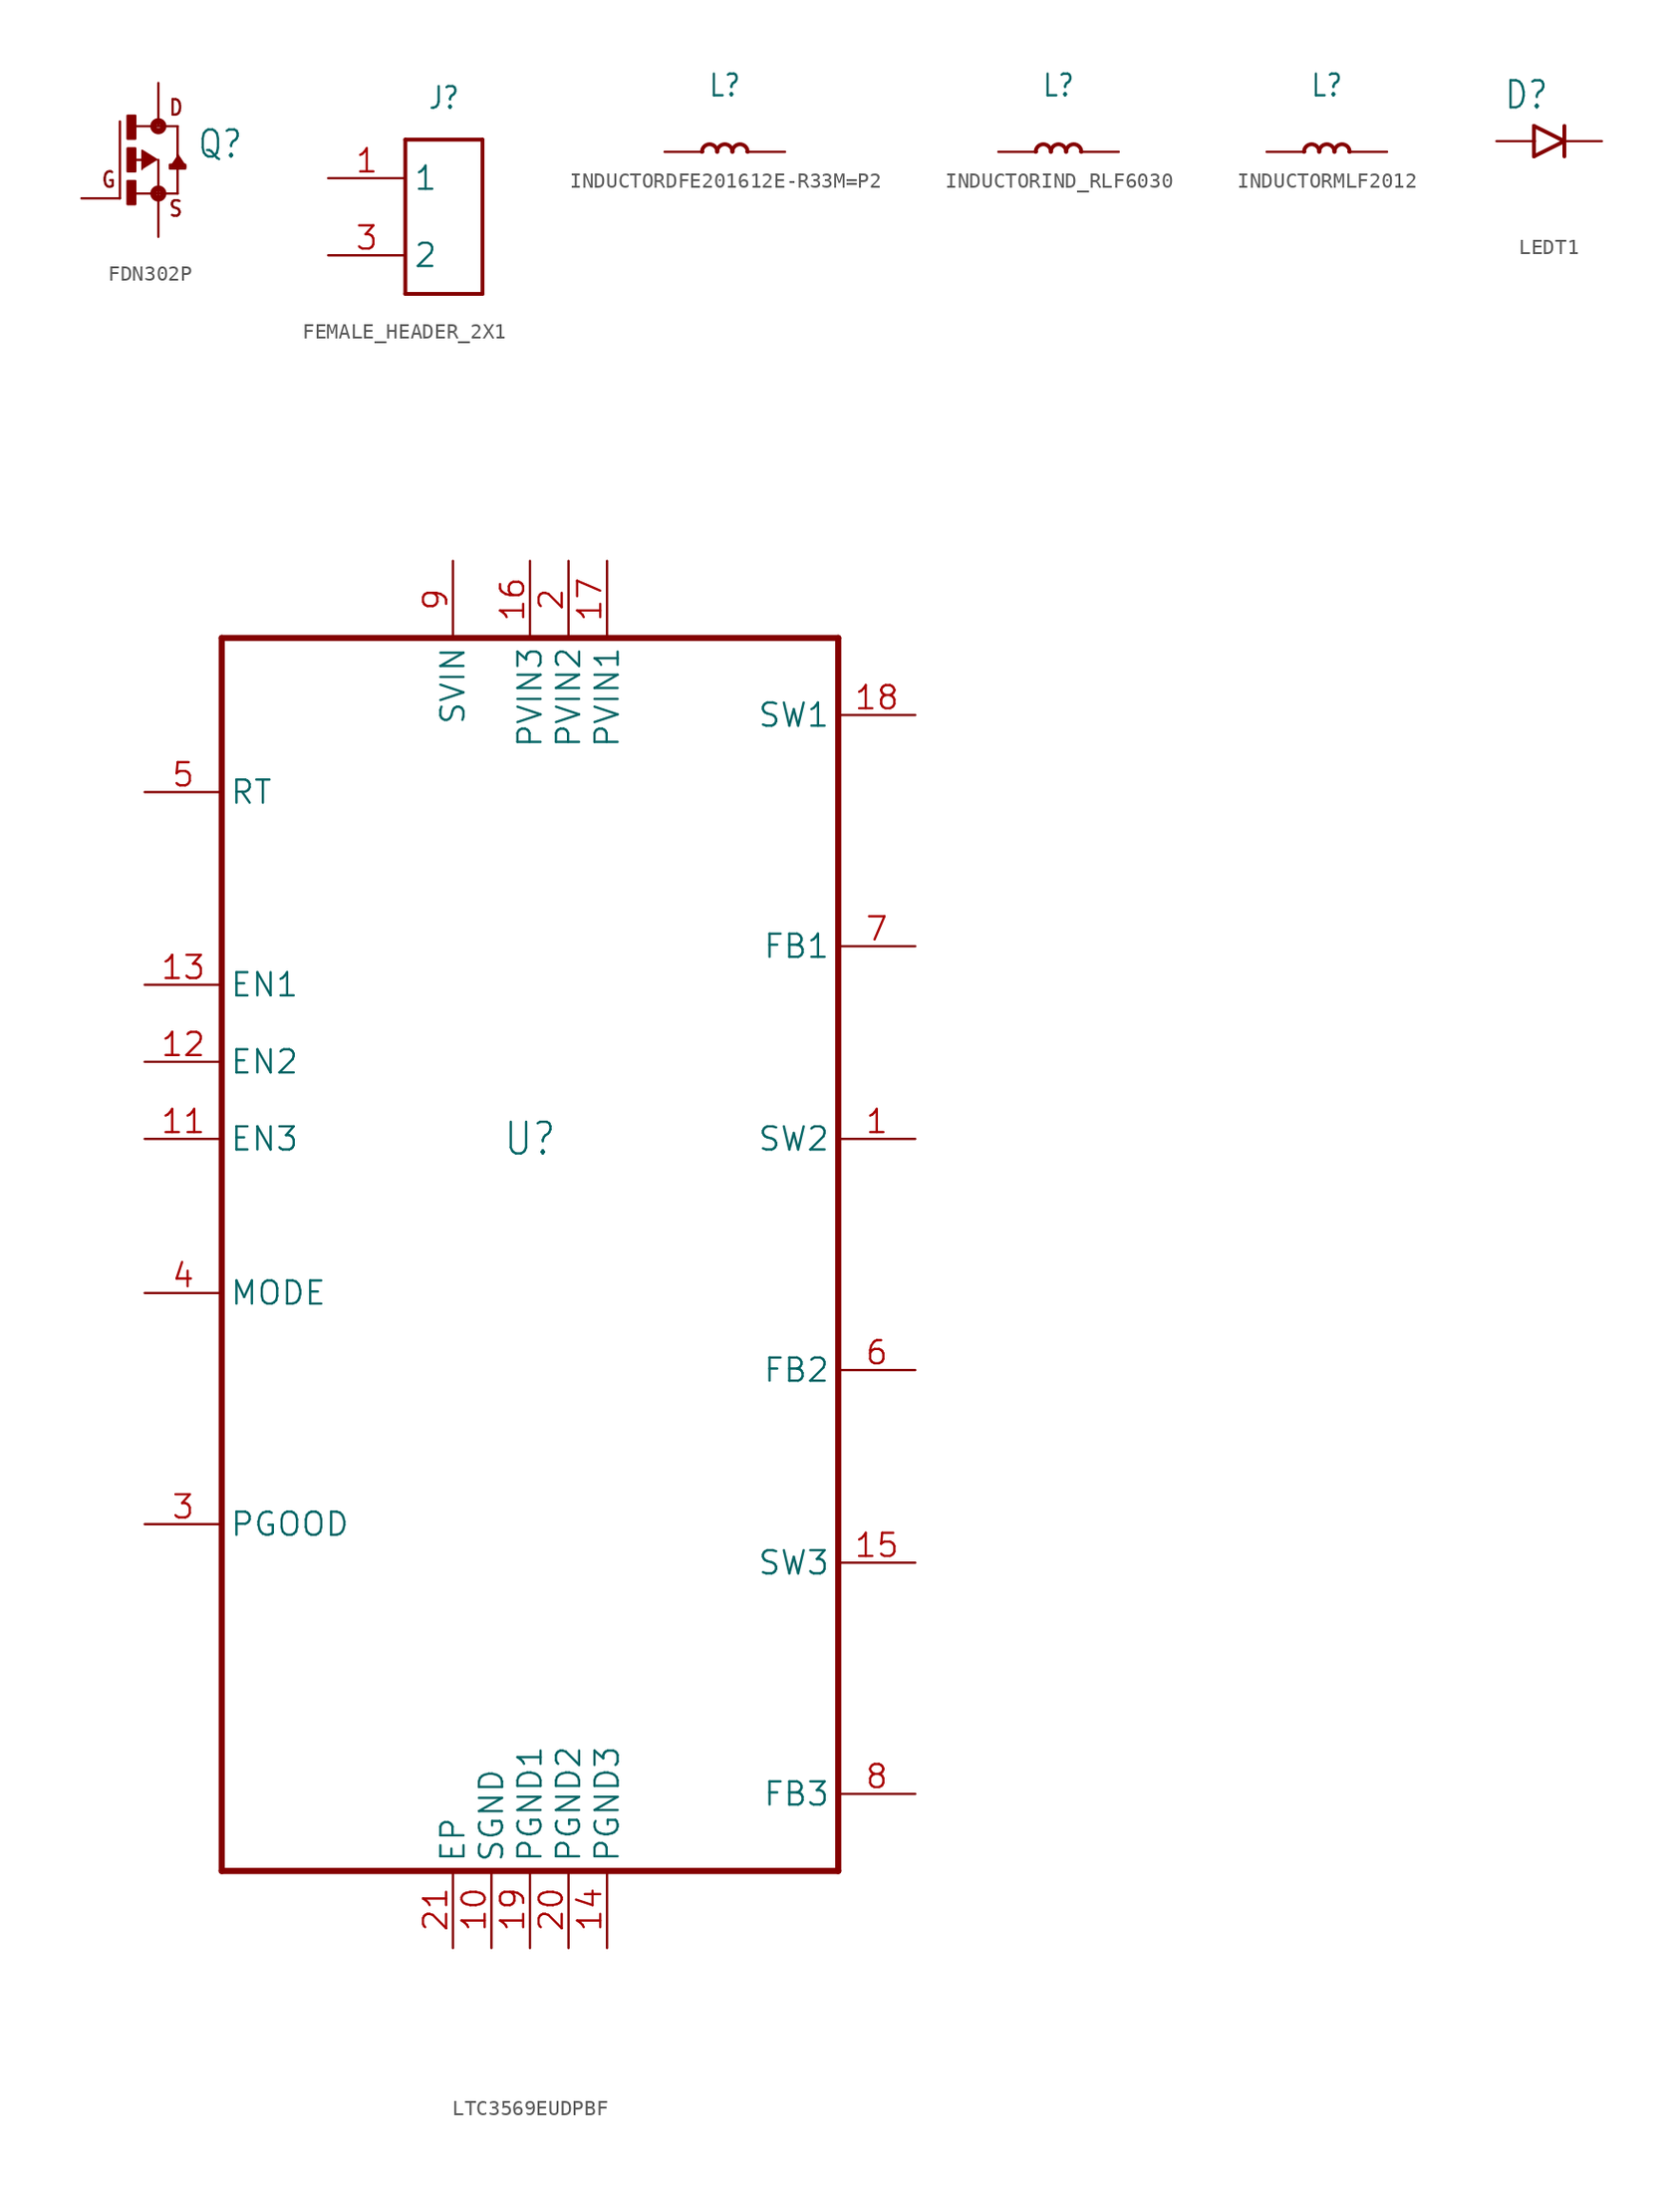
<source format=kicad_sym>
(kicad_symbol_lib
  (version 20241209)
  (generator "kicad_symbol_editor")
  (generator_version "9.0")
  (symbol "FDN302P"
    (property "Reference" "Q"
      (at 2.543 0 0)
      (effects (font (size 1.78 1.513)) (justify left bottom)))
    (property "Value" ""
      (at 2.542 -2.542 0)
      (effects (font (size 1.78 1.513)) (justify left bottom)))
    (property "ki_locked" ""
      (at 0 0 0)
      (effects (font (size 1.27 1.27))))
    (symbol "FDN302P_1_0"
      (polyline (pts (xy -2.54 -2.54) (xy -2.54 2.54)) (stroke (width 0.152) (type solid)) (fill (type none)))
      (rectangle (start -2.036 -2.926) (end -1.524 -1.397) (stroke (width 0) (type default)) (fill (type outline)))
      (rectangle (start -2.034 1.398) (end -1.524 2.921) (stroke (width 0) (type default)) (fill (type outline)))
      (rectangle (start -2.032 -0.762) (end -1.524 0.762) (stroke (width 0) (type default)) (fill (type outline)))
      (polyline (pts (xy -1.905 -2.223) (xy 0 -2.223)) (stroke (width 0.152) (type solid)) (fill (type none)))
      (polyline (pts (xy -1.587 2.223) (xy 0 2.223)) (stroke (width 0.152) (type solid)) (fill (type none)))
      (polyline (pts (xy -1.079 0) (xy -1.905 0)) (stroke (width 0.152) (type solid)) (fill (type none)))
      (polyline (pts (xy -0.064 0) (xy -1.079 0.635) (xy -1.079 -0.635)) (stroke (width 0.102) (type solid)) (fill (type outline)))
      (polyline (pts (xy 0 2.54) (xy 0 2.223)) (stroke (width 0.152) (type solid)) (fill (type none)))
      (circle (center 0 2.223) (radius 0.127) (stroke (width 0.406) (type solid)) (fill (type none)))
      (polyline (pts (xy 0 2.223) (xy 1.27 2.223)) (stroke (width 0.152) (type solid)) (fill (type none)))
      (polyline (pts (xy 0 0) (xy 0 -2.223)) (stroke (width 0.152) (type solid)) (fill (type none)))
      (polyline (pts (xy 0 -2.223) (xy 0 -2.54)) (stroke (width 0.152) (type solid)) (fill (type none)))
      (circle (center 0 -2.223) (radius 0.127) (stroke (width 0.406) (type solid)) (fill (type none)))
      (polyline (pts (xy 1.27 2.223) (xy 1.27 -2.223)) (stroke (width 0.152) (type solid)) (fill (type none)))
      (polyline (pts (xy 1.27 0.318) (xy 1.778 -0.445) (xy 0.762 -0.445)) (stroke (width 0.152) (type solid)) (fill (type outline)))
      (polyline (pts (xy 1.27 -2.223) (xy 0 -2.223)) (stroke (width 0.152) (type solid)) (fill (type none)))
      (rectangle (start 1.778 -0.317) (end 0.763 -0.572) (stroke (width 0) (type default)) (fill (type outline)))
      (text "G" (at -3.814 -1.907 0) (effects (font (size 1.017 0.864)) (justify left bottom)))
      (text "D" (at 0.636 2.861 0) (effects (font (size 1.017 0.865)) (justify left bottom)))
      (text "S" (at 0.636 -3.816 0) (effects (font (size 1.018 0.865)) (justify left bottom)))
      (pin passive line (at -5.08 -2.54 0) (length 2.54) (name "G" (effects (font (size 0 0)))) (number "1" (effects (font (size 0 0)))))
      (pin passive line (at 0 5.08 270) (length 2.54) (name "D" (effects (font (size 0 0)))) (number "3" (effects (font (size 0 0)))))
      (pin passive line (at 0 -5.08 90) (length 2.54) (name "S" (effects (font (size 0 0)))) (number "2" (effects (font (size 0 0)))))))
  (symbol "FEMALE_HEADER_2X1"
    (property "Reference" "J"
      (at 0 7 0)
      (effects (font (size 1.422 1.209)) (justify bottom)))
    (property "ki_locked" ""
      (at 0 0 0)
      (effects (font (size 1.27 1.27))))
    (symbol "FEMALE_HEADER_2X1_1_0"
      (polyline (pts (xy -2.54 5.08) (xy -2.54 -5.08)) (stroke (width 0.254) (type solid)) (fill (type none)))
      (polyline (pts (xy -2.54 -5.08) (xy 2.54 -5.08)) (stroke (width 0.254) (type solid)) (fill (type none)))
      (polyline (pts (xy 2.54 5.08) (xy -2.54 5.08)) (stroke (width 0.254) (type solid)) (fill (type none)))
      (polyline (pts (xy 2.54 -5.08) (xy 2.54 5.08)) (stroke (width 0.254) (type solid)) (fill (type none)))
      (pin bidirectional line (at -7.62 2.54 0) (length 5.08) (name "1" (effects (font (size 1.524 1.524)))) (number "1" (effects (font (size 1.524 1.524)))))
      (pin bidirectional line (at -7.62 -2.54 0) (length 5.08) (name "2" (effects (font (size 1.524 1.524)))) (number "3" (effects (font (size 1.524 1.524)))))))
  (symbol "INDUCTORDFE201612E-R33M=P2"
    (property "Reference" "L"
      (at 0 3.54 0)
      (effects (font (size 1.422 1.209)) (justify bottom)))
    (property "Value" ""
      (at 0 1 0)
      (effects (font (size 1.422 1.209)) (justify bottom)))
    (property "ki_locked" ""
      (at 0 0 0)
      (effects (font (size 1.27 1.27))))
    (symbol "INDUCTORDFE201612E-R33M=P2_1_0"
      (arc (start -1.5 0) (mid -1 0.5) (end -0.5 0) (stroke (width 0.254) (type solid)) (fill (type none)))
      (arc (start -0.5 0) (mid 0 0.5) (end 0.5 0) (stroke (width 0.254) (type solid)) (fill (type none)))
      (arc (start 0.5 0) (mid 1 0.5) (end 1.5 0) (stroke (width 0.254) (type solid)) (fill (type none)))
      (pin bidirectional line (at -3.96 0 0) (length 2.54) (name "P$1" (effects (font (size 0 0)))) (number "1" (effects (font (size 0 0)))))
      (pin bidirectional line (at 3.96 0 180) (length 2.54) (name "P$2" (effects (font (size 0 0)))) (number "2" (effects (font (size 0 0)))))))
  (symbol "INDUCTORIND_RLF6030"
    (property "Reference" "L"
      (at 0 3.54 0)
      (effects (font (size 1.422 1.209)) (justify bottom)))
    (property "Value" ""
      (at 0 1 0)
      (effects (font (size 1.422 1.209)) (justify bottom)))
    (property "ki_locked" ""
      (at 0 0 0)
      (effects (font (size 1.27 1.27))))
    (symbol "INDUCTORIND_RLF6030_1_0"
      (arc (start -1.5 0) (mid -1 0.5) (end -0.5 0) (stroke (width 0.254) (type solid)) (fill (type none)))
      (arc (start -0.5 0) (mid 0 0.5) (end 0.5 0) (stroke (width 0.254) (type solid)) (fill (type none)))
      (arc (start 0.5 0) (mid 1 0.5) (end 1.5 0) (stroke (width 0.254) (type solid)) (fill (type none)))
      (pin bidirectional line (at -3.96 0 0) (length 2.54) (name "P$1" (effects (font (size 0 0)))) (number "1" (effects (font (size 0 0)))))
      (pin bidirectional line (at 3.96 0 180) (length 2.54) (name "P$2" (effects (font (size 0 0)))) (number "2" (effects (font (size 0 0)))))))
  (symbol "INDUCTORMLF2012"
    (property "Reference" "L"
      (at 0 3.54 0)
      (effects (font (size 1.422 1.209)) (justify bottom)))
    (property "Value" ""
      (at 0 1 0)
      (effects (font (size 1.422 1.209)) (justify bottom)))
    (property "ki_locked" ""
      (at 0 0 0)
      (effects (font (size 1.27 1.27))))
    (symbol "INDUCTORMLF2012_1_0"
      (arc (start -1.5 0) (mid -1 0.5) (end -0.5 0) (stroke (width 0.254) (type solid)) (fill (type none)))
      (arc (start -0.5 0) (mid 0 0.5) (end 0.5 0) (stroke (width 0.254) (type solid)) (fill (type none)))
      (arc (start 0.5 0) (mid 1 0.5) (end 1.5 0) (stroke (width 0.254) (type solid)) (fill (type none)))
      (pin bidirectional line (at -3.96 0 0) (length 2.54) (name "P$1" (effects (font (size 0 0)))) (number "1" (effects (font (size 0 0)))))
      (pin bidirectional line (at 3.96 0 180) (length 2.54) (name "P$2" (effects (font (size 0 0)))) (number "2" (effects (font (size 0 0)))))))
  (symbol "LEDT1"
    (property "Reference" "D"
      (at -3 2 0)
      (effects (font (size 1.778 1.511)) (justify left bottom)))
    (property "Value" ""
      (at -3 -5 0)
      (effects (font (size 1.778 1.511)) (justify left bottom)))
    (property "ki_locked" ""
      (at 0 0 0)
      (effects (font (size 1.27 1.27))))
    (symbol "LEDT1_1_0"
      (polyline (pts (xy -1 1) (xy -1 -1)) (stroke (width 0.254) (type solid)) (fill (type none)))
      (polyline (pts (xy -1 -1) (xy 1 0)) (stroke (width 0.254) (type solid)) (fill (type none)))
      (polyline (pts (xy 1 1) (xy 1 0)) (stroke (width 0.254) (type solid)) (fill (type none)))
      (polyline (pts (xy 1 0) (xy -1 1)) (stroke (width 0.254) (type solid)) (fill (type none)))
      (polyline (pts (xy 1 0) (xy 1 -1)) (stroke (width 0.254) (type solid)) (fill (type none)))
      (pin bidirectional line (at -3.46 0 0) (length 2.54) (name "1" (effects (font (size 0 0)))) (number "1" (effects (font (size 0 0)))))
      (pin bidirectional line (at 3.46 0 180) (length 2.54) (name "2" (effects (font (size 0 0)))) (number "2" (effects (font (size 0 0)))))))
  (symbol "LTC3569EUDPBF"
    (property "Reference" "U"
      (at 0 2.54 0)
      (effects (font (size 2.086 1.773))))
    (property "Value" ""
      (at 0 -2.54 0)
      (effects (font (size 2.084 1.772))))
    (property "ki_locked" ""
      (at 0 0 0)
      (effects (font (size 1.27 1.27))))
    (symbol "LTC3569EUDPBF_1_0"
      (polyline (pts (xy -20.32 35.56) (xy -20.32 -45.72)) (stroke (width 0.406) (type solid)) (fill (type none)))
      (polyline (pts (xy -20.32 -45.72) (xy 20.32 -45.72)) (stroke (width 0.406) (type solid)) (fill (type none)))
      (polyline (pts (xy 20.32 35.56) (xy -20.32 35.56)) (stroke (width 0.406) (type solid)) (fill (type none)))
      (polyline (pts (xy 20.32 -45.72) (xy 20.32 35.56)) (stroke (width 0.406) (type solid)) (fill (type none)))
      (pin passive line (at -25.4 25.4 0) (length 5.08) (name "RT" (effects (font (size 1.524 1.524)))) (number "5" (effects (font (size 1.524 1.524)))))
      (pin input line (at -25.4 12.7 0) (length 5.08) (name "EN1" (effects (font (size 1.524 1.524)))) (number "13" (effects (font (size 1.524 1.524)))))
      (pin input line (at -25.4 7.62 0) (length 5.08) (name "EN2" (effects (font (size 1.524 1.524)))) (number "12" (effects (font (size 1.524 1.524)))))
      (pin input line (at -25.4 2.54 0) (length 5.08) (name "EN3" (effects (font (size 1.524 1.524)))) (number "11" (effects (font (size 1.524 1.524)))))
      (pin input line (at -25.4 -7.62 0) (length 5.08) (name "MODE" (effects (font (size 1.524 1.524)))) (number "4" (effects (font (size 1.524 1.524)))))
      (pin output line (at -25.4 -22.86 0) (length 5.08) (name "PGOOD" (effects (font (size 1.524 1.524)))) (number "3" (effects (font (size 1.524 1.524)))))
      (pin power_in line (at -5.08 40.64 270) (length 5.08) (name "SVIN" (effects (font (size 1.524 1.524)))) (number "9" (effects (font (size 1.524 1.524)))))
      (pin passive line (at -5.08 -50.8 90) (length 5.08) (name "EP" (effects (font (size 1.524 1.524)))) (number "21" (effects (font (size 1.524 1.524)))))
      (pin passive line (at -2.54 -50.8 90) (length 5.08) (name "SGND" (effects (font (size 1.524 1.524)))) (number "10" (effects (font (size 1.524 1.524)))))
      (pin power_in line (at 0 40.64 270) (length 5.08) (name "PVIN3" (effects (font (size 1.524 1.524)))) (number "16" (effects (font (size 1.524 1.524)))))
      (pin passive line (at 0 -50.8 90) (length 5.08) (name "PGND1" (effects (font (size 1.524 1.524)))) (number "19" (effects (font (size 1.524 1.524)))))
      (pin power_in line (at 2.54 40.64 270) (length 5.08) (name "PVIN2" (effects (font (size 1.524 1.524)))) (number "2" (effects (font (size 1.524 1.524)))))
      (pin passive line (at 2.54 -50.8 90) (length 5.08) (name "PGND2" (effects (font (size 1.524 1.524)))) (number "20" (effects (font (size 1.524 1.524)))))
      (pin power_in line (at 5.08 40.64 270) (length 5.08) (name "PVIN1" (effects (font (size 1.524 1.524)))) (number "17" (effects (font (size 1.524 1.524)))))
      (pin passive line (at 5.08 -50.8 90) (length 5.08) (name "PGND3" (effects (font (size 1.524 1.524)))) (number "14" (effects (font (size 1.524 1.524)))))
      (pin passive line (at 25.4 30.48 180) (length 5.08) (name "SW1" (effects (font (size 1.524 1.524)))) (number "18" (effects (font (size 1.524 1.524)))))
      (pin input line (at 25.4 15.24 180) (length 5.08) (name "FB1" (effects (font (size 1.524 1.524)))) (number "7" (effects (font (size 1.524 1.524)))))
      (pin passive line (at 25.4 2.54 180) (length 5.08) (name "SW2" (effects (font (size 1.524 1.524)))) (number "1" (effects (font (size 1.524 1.524)))))
      (pin input line (at 25.4 -12.7 180) (length 5.08) (name "FB2" (effects (font (size 1.524 1.524)))) (number "6" (effects (font (size 1.524 1.524)))))
      (pin passive line (at 25.4 -25.4 180) (length 5.08) (name "SW3" (effects (font (size 1.524 1.524)))) (number "15" (effects (font (size 1.524 1.524)))))
      (pin input line (at 25.4 -40.64 180) (length 5.08) (name "FB3" (effects (font (size 1.524 1.524)))) (number "8" (effects (font (size 1.524 1.524))))))))
</source>
